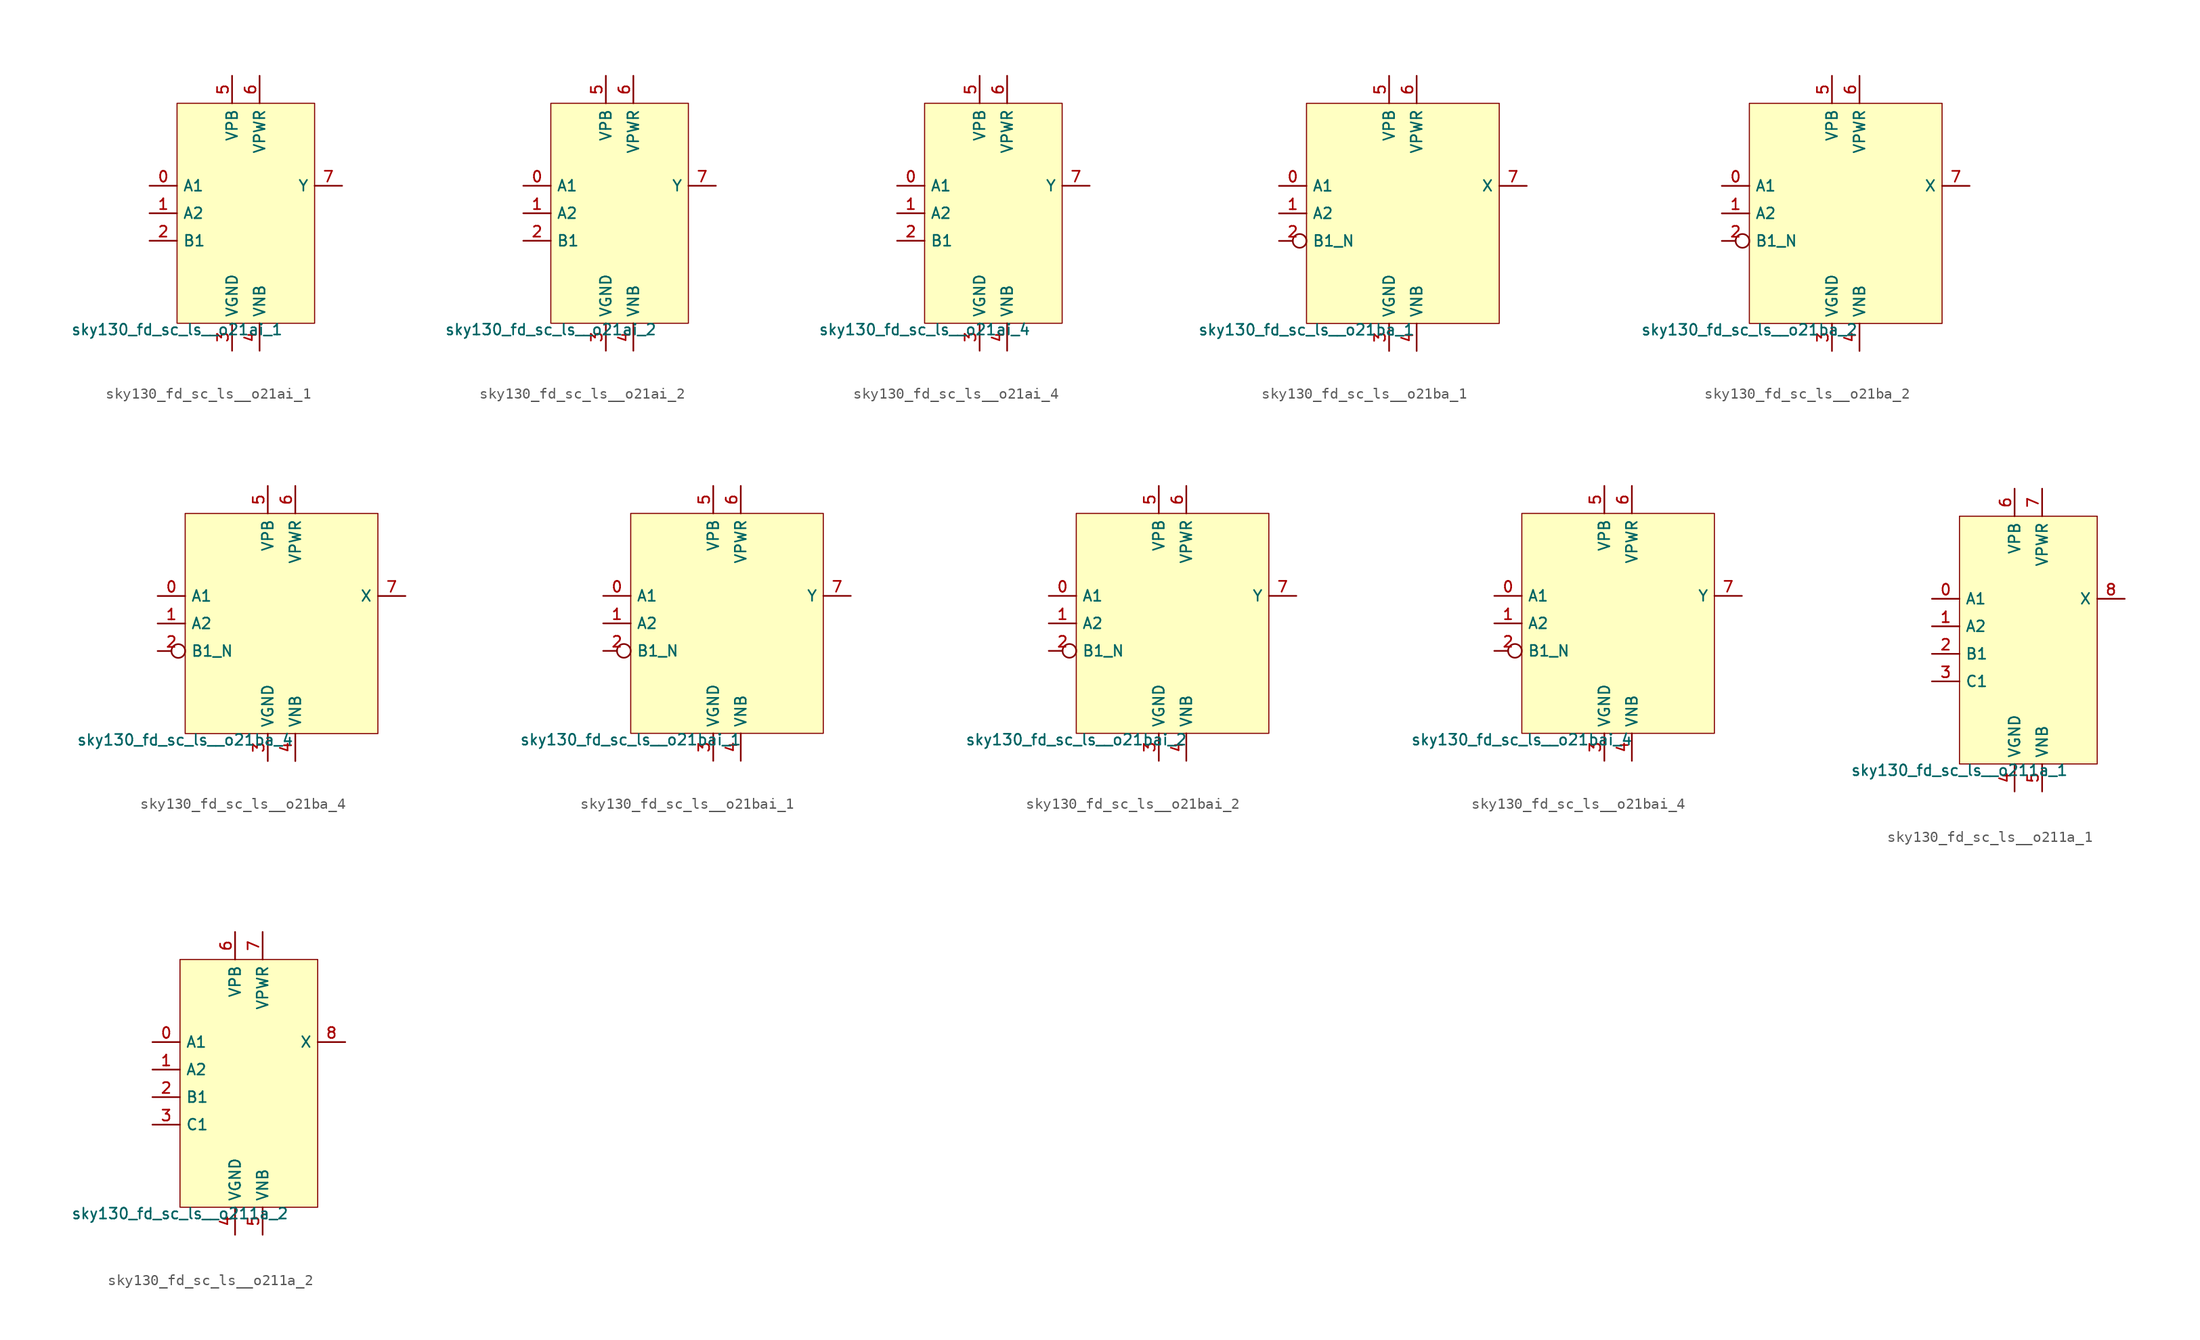
<source format=kicad_sym>
(kicad_symbol_lib
  (version 20211014)
  (generator lef2kicad_sym)
  (symbol "sky130_fd_sc_ls__o21ai_1"
    (property "Reference" "X"
      (at 0 0 0)
      (effects (font (size 1 1)) hide))
    (property "Value" "sky130_fd_sc_ls__o21ai_1"
      (at -6.35 -10.16 0)
      (effects (font (size 1 1)) (justify top)))
    (rectangle
      (start -6.35 -10.16)
      (end 6.35 10.16)
      (stroke (width 0.1) (type solid) (color 0 0 0 0))
      (fill (type background)))
    (pin input line
      (at -8.89 2.54 0)
      (length 2.54)
      (name "A1" (effects (font (size 1 1)) hide))
      (number "0" (effects (font (size 1 1)) hide)))
    (pin input line
      (at -8.89 0.0 0)
      (length 2.54)
      (name "A2" (effects (font (size 1 1)) hide))
      (number "1" (effects (font (size 1 1)) hide)))
    (pin input line
      (at -8.89 -2.54 0)
      (length 2.54)
      (name "B1" (effects (font (size 1 1)) hide))
      (number "2" (effects (font (size 1 1)) hide)))
    (pin power_in line
      (at -1.27 -12.7 90)
      (length 2.54)
      (name "VGND" (effects (font (size 1 1)) hide))
      (number "3" (effects (font (size 1 1)) hide)))
    (pin power_in line
      (at 1.27 -12.7 90)
      (length 2.54)
      (name "VNB" (effects (font (size 1 1)) hide))
      (number "4" (effects (font (size 1 1)) hide)))
    (pin power_in line
      (at -1.27 12.7 270)
      (length 2.54)
      (name "VPB" (effects (font (size 1 1)) hide))
      (number "5" (effects (font (size 1 1)) hide)))
    (pin power_in line
      (at 1.27 12.7 270)
      (length 2.54)
      (name "VPWR" (effects (font (size 1 1)) hide))
      (number "6" (effects (font (size 1 1)) hide)))
    (pin output line
      (at 8.89 2.54 180)
      (length 2.54)
      (name "Y" (effects (font (size 1 1)) hide))
      (number "7" (effects (font (size 1 1)) hide))))
  (symbol "sky130_fd_sc_ls__o21ai_2"
    (property "Reference" "X"
      (at 0 0 0)
      (effects (font (size 1 1)) hide))
    (property "Value" "sky130_fd_sc_ls__o21ai_2"
      (at -6.35 -10.16 0)
      (effects (font (size 1 1)) (justify top)))
    (rectangle
      (start -6.35 -10.16)
      (end 6.35 10.16)
      (stroke (width 0.1) (type solid) (color 0 0 0 0))
      (fill (type background)))
    (pin input line
      (at -8.89 2.54 0)
      (length 2.54)
      (name "A1" (effects (font (size 1 1)) hide))
      (number "0" (effects (font (size 1 1)) hide)))
    (pin input line
      (at -8.89 0.0 0)
      (length 2.54)
      (name "A2" (effects (font (size 1 1)) hide))
      (number "1" (effects (font (size 1 1)) hide)))
    (pin input line
      (at -8.89 -2.54 0)
      (length 2.54)
      (name "B1" (effects (font (size 1 1)) hide))
      (number "2" (effects (font (size 1 1)) hide)))
    (pin power_in line
      (at -1.27 -12.7 90)
      (length 2.54)
      (name "VGND" (effects (font (size 1 1)) hide))
      (number "3" (effects (font (size 1 1)) hide)))
    (pin power_in line
      (at 1.27 -12.7 90)
      (length 2.54)
      (name "VNB" (effects (font (size 1 1)) hide))
      (number "4" (effects (font (size 1 1)) hide)))
    (pin power_in line
      (at -1.27 12.7 270)
      (length 2.54)
      (name "VPB" (effects (font (size 1 1)) hide))
      (number "5" (effects (font (size 1 1)) hide)))
    (pin power_in line
      (at 1.27 12.7 270)
      (length 2.54)
      (name "VPWR" (effects (font (size 1 1)) hide))
      (number "6" (effects (font (size 1 1)) hide)))
    (pin output line
      (at 8.89 2.54 180)
      (length 2.54)
      (name "Y" (effects (font (size 1 1)) hide))
      (number "7" (effects (font (size 1 1)) hide))))
  (symbol "sky130_fd_sc_ls__o21ai_4"
    (property "Reference" "X"
      (at 0 0 0)
      (effects (font (size 1 1)) hide))
    (property "Value" "sky130_fd_sc_ls__o21ai_4"
      (at -6.35 -10.16 0)
      (effects (font (size 1 1)) (justify top)))
    (rectangle
      (start -6.35 -10.16)
      (end 6.35 10.16)
      (stroke (width 0.1) (type solid) (color 0 0 0 0))
      (fill (type background)))
    (pin input line
      (at -8.89 2.54 0)
      (length 2.54)
      (name "A1" (effects (font (size 1 1)) hide))
      (number "0" (effects (font (size 1 1)) hide)))
    (pin input line
      (at -8.89 0.0 0)
      (length 2.54)
      (name "A2" (effects (font (size 1 1)) hide))
      (number "1" (effects (font (size 1 1)) hide)))
    (pin input line
      (at -8.89 -2.54 0)
      (length 2.54)
      (name "B1" (effects (font (size 1 1)) hide))
      (number "2" (effects (font (size 1 1)) hide)))
    (pin power_in line
      (at -1.27 -12.7 90)
      (length 2.54)
      (name "VGND" (effects (font (size 1 1)) hide))
      (number "3" (effects (font (size 1 1)) hide)))
    (pin power_in line
      (at 1.27 -12.7 90)
      (length 2.54)
      (name "VNB" (effects (font (size 1 1)) hide))
      (number "4" (effects (font (size 1 1)) hide)))
    (pin power_in line
      (at -1.27 12.7 270)
      (length 2.54)
      (name "VPB" (effects (font (size 1 1)) hide))
      (number "5" (effects (font (size 1 1)) hide)))
    (pin power_in line
      (at 1.27 12.7 270)
      (length 2.54)
      (name "VPWR" (effects (font (size 1 1)) hide))
      (number "6" (effects (font (size 1 1)) hide)))
    (pin output line
      (at 8.89 2.54 180)
      (length 2.54)
      (name "Y" (effects (font (size 1 1)) hide))
      (number "7" (effects (font (size 1 1)) hide))))
  (symbol "sky130_fd_sc_ls__o21ba_1"
    (property "Reference" "X"
      (at 0 0 0)
      (effects (font (size 1 1)) hide))
    (property "Value" "sky130_fd_sc_ls__o21ba_1"
      (at -8.89 -10.16 0)
      (effects (font (size 1 1)) (justify top)))
    (rectangle
      (start -8.89 -10.16)
      (end 8.89 10.16)
      (stroke (width 0.1) (type solid) (color 0 0 0 0))
      (fill (type background)))
    (pin input line
      (at -11.43 2.54 0)
      (length 2.54)
      (name "A1" (effects (font (size 1 1)) hide))
      (number "0" (effects (font (size 1 1)) hide)))
    (pin input line
      (at -11.43 0.0 0)
      (length 2.54)
      (name "A2" (effects (font (size 1 1)) hide))
      (number "1" (effects (font (size 1 1)) hide)))
    (pin input inverted
      (at -11.43 -2.54 0)
      (length 2.54)
      (name "B1_N" (effects (font (size 1 1)) hide))
      (number "2" (effects (font (size 1 1)) hide)))
    (pin power_in line
      (at -1.27 -12.7 90)
      (length 2.54)
      (name "VGND" (effects (font (size 1 1)) hide))
      (number "3" (effects (font (size 1 1)) hide)))
    (pin power_in line
      (at 1.27 -12.7 90)
      (length 2.54)
      (name "VNB" (effects (font (size 1 1)) hide))
      (number "4" (effects (font (size 1 1)) hide)))
    (pin power_in line
      (at -1.27 12.7 270)
      (length 2.54)
      (name "VPB" (effects (font (size 1 1)) hide))
      (number "5" (effects (font (size 1 1)) hide)))
    (pin power_in line
      (at 1.27 12.7 270)
      (length 2.54)
      (name "VPWR" (effects (font (size 1 1)) hide))
      (number "6" (effects (font (size 1 1)) hide)))
    (pin output line
      (at 11.43 2.54 180)
      (length 2.54)
      (name "X" (effects (font (size 1 1)) hide))
      (number "7" (effects (font (size 1 1)) hide))))
  (symbol "sky130_fd_sc_ls__o21ba_2"
    (property "Reference" "X"
      (at 0 0 0)
      (effects (font (size 1 1)) hide))
    (property "Value" "sky130_fd_sc_ls__o21ba_2"
      (at -8.89 -10.16 0)
      (effects (font (size 1 1)) (justify top)))
    (rectangle
      (start -8.89 -10.16)
      (end 8.89 10.16)
      (stroke (width 0.1) (type solid) (color 0 0 0 0))
      (fill (type background)))
    (pin input line
      (at -11.43 2.54 0)
      (length 2.54)
      (name "A1" (effects (font (size 1 1)) hide))
      (number "0" (effects (font (size 1 1)) hide)))
    (pin input line
      (at -11.43 0.0 0)
      (length 2.54)
      (name "A2" (effects (font (size 1 1)) hide))
      (number "1" (effects (font (size 1 1)) hide)))
    (pin input inverted
      (at -11.43 -2.54 0)
      (length 2.54)
      (name "B1_N" (effects (font (size 1 1)) hide))
      (number "2" (effects (font (size 1 1)) hide)))
    (pin power_in line
      (at -1.27 -12.7 90)
      (length 2.54)
      (name "VGND" (effects (font (size 1 1)) hide))
      (number "3" (effects (font (size 1 1)) hide)))
    (pin power_in line
      (at 1.27 -12.7 90)
      (length 2.54)
      (name "VNB" (effects (font (size 1 1)) hide))
      (number "4" (effects (font (size 1 1)) hide)))
    (pin power_in line
      (at -1.27 12.7 270)
      (length 2.54)
      (name "VPB" (effects (font (size 1 1)) hide))
      (number "5" (effects (font (size 1 1)) hide)))
    (pin power_in line
      (at 1.27 12.7 270)
      (length 2.54)
      (name "VPWR" (effects (font (size 1 1)) hide))
      (number "6" (effects (font (size 1 1)) hide)))
    (pin output line
      (at 11.43 2.54 180)
      (length 2.54)
      (name "X" (effects (font (size 1 1)) hide))
      (number "7" (effects (font (size 1 1)) hide))))
  (symbol "sky130_fd_sc_ls__o21ba_4"
    (property "Reference" "X"
      (at 0 0 0)
      (effects (font (size 1 1)) hide))
    (property "Value" "sky130_fd_sc_ls__o21ba_4"
      (at -8.89 -10.16 0)
      (effects (font (size 1 1)) (justify top)))
    (rectangle
      (start -8.89 -10.16)
      (end 8.89 10.16)
      (stroke (width 0.1) (type solid) (color 0 0 0 0))
      (fill (type background)))
    (pin input line
      (at -11.43 2.54 0)
      (length 2.54)
      (name "A1" (effects (font (size 1 1)) hide))
      (number "0" (effects (font (size 1 1)) hide)))
    (pin input line
      (at -11.43 0.0 0)
      (length 2.54)
      (name "A2" (effects (font (size 1 1)) hide))
      (number "1" (effects (font (size 1 1)) hide)))
    (pin input inverted
      (at -11.43 -2.54 0)
      (length 2.54)
      (name "B1_N" (effects (font (size 1 1)) hide))
      (number "2" (effects (font (size 1 1)) hide)))
    (pin power_in line
      (at -1.27 -12.7 90)
      (length 2.54)
      (name "VGND" (effects (font (size 1 1)) hide))
      (number "3" (effects (font (size 1 1)) hide)))
    (pin power_in line
      (at 1.27 -12.7 90)
      (length 2.54)
      (name "VNB" (effects (font (size 1 1)) hide))
      (number "4" (effects (font (size 1 1)) hide)))
    (pin power_in line
      (at -1.27 12.7 270)
      (length 2.54)
      (name "VPB" (effects (font (size 1 1)) hide))
      (number "5" (effects (font (size 1 1)) hide)))
    (pin power_in line
      (at 1.27 12.7 270)
      (length 2.54)
      (name "VPWR" (effects (font (size 1 1)) hide))
      (number "6" (effects (font (size 1 1)) hide)))
    (pin output line
      (at 11.43 2.54 180)
      (length 2.54)
      (name "X" (effects (font (size 1 1)) hide))
      (number "7" (effects (font (size 1 1)) hide))))
  (symbol "sky130_fd_sc_ls__o21bai_1"
    (property "Reference" "X"
      (at 0 0 0)
      (effects (font (size 1 1)) hide))
    (property "Value" "sky130_fd_sc_ls__o21bai_1"
      (at -8.89 -10.16 0)
      (effects (font (size 1 1)) (justify top)))
    (rectangle
      (start -8.89 -10.16)
      (end 8.89 10.16)
      (stroke (width 0.1) (type solid) (color 0 0 0 0))
      (fill (type background)))
    (pin input line
      (at -11.43 2.54 0)
      (length 2.54)
      (name "A1" (effects (font (size 1 1)) hide))
      (number "0" (effects (font (size 1 1)) hide)))
    (pin input line
      (at -11.43 0.0 0)
      (length 2.54)
      (name "A2" (effects (font (size 1 1)) hide))
      (number "1" (effects (font (size 1 1)) hide)))
    (pin input inverted
      (at -11.43 -2.54 0)
      (length 2.54)
      (name "B1_N" (effects (font (size 1 1)) hide))
      (number "2" (effects (font (size 1 1)) hide)))
    (pin power_in line
      (at -1.27 -12.7 90)
      (length 2.54)
      (name "VGND" (effects (font (size 1 1)) hide))
      (number "3" (effects (font (size 1 1)) hide)))
    (pin power_in line
      (at 1.27 -12.7 90)
      (length 2.54)
      (name "VNB" (effects (font (size 1 1)) hide))
      (number "4" (effects (font (size 1 1)) hide)))
    (pin power_in line
      (at -1.27 12.7 270)
      (length 2.54)
      (name "VPB" (effects (font (size 1 1)) hide))
      (number "5" (effects (font (size 1 1)) hide)))
    (pin power_in line
      (at 1.27 12.7 270)
      (length 2.54)
      (name "VPWR" (effects (font (size 1 1)) hide))
      (number "6" (effects (font (size 1 1)) hide)))
    (pin output line
      (at 11.43 2.54 180)
      (length 2.54)
      (name "Y" (effects (font (size 1 1)) hide))
      (number "7" (effects (font (size 1 1)) hide))))
  (symbol "sky130_fd_sc_ls__o21bai_2"
    (property "Reference" "X"
      (at 0 0 0)
      (effects (font (size 1 1)) hide))
    (property "Value" "sky130_fd_sc_ls__o21bai_2"
      (at -8.89 -10.16 0)
      (effects (font (size 1 1)) (justify top)))
    (rectangle
      (start -8.89 -10.16)
      (end 8.89 10.16)
      (stroke (width 0.1) (type solid) (color 0 0 0 0))
      (fill (type background)))
    (pin input line
      (at -11.43 2.54 0)
      (length 2.54)
      (name "A1" (effects (font (size 1 1)) hide))
      (number "0" (effects (font (size 1 1)) hide)))
    (pin input line
      (at -11.43 0.0 0)
      (length 2.54)
      (name "A2" (effects (font (size 1 1)) hide))
      (number "1" (effects (font (size 1 1)) hide)))
    (pin input inverted
      (at -11.43 -2.54 0)
      (length 2.54)
      (name "B1_N" (effects (font (size 1 1)) hide))
      (number "2" (effects (font (size 1 1)) hide)))
    (pin power_in line
      (at -1.27 -12.7 90)
      (length 2.54)
      (name "VGND" (effects (font (size 1 1)) hide))
      (number "3" (effects (font (size 1 1)) hide)))
    (pin power_in line
      (at 1.27 -12.7 90)
      (length 2.54)
      (name "VNB" (effects (font (size 1 1)) hide))
      (number "4" (effects (font (size 1 1)) hide)))
    (pin power_in line
      (at -1.27 12.7 270)
      (length 2.54)
      (name "VPB" (effects (font (size 1 1)) hide))
      (number "5" (effects (font (size 1 1)) hide)))
    (pin power_in line
      (at 1.27 12.7 270)
      (length 2.54)
      (name "VPWR" (effects (font (size 1 1)) hide))
      (number "6" (effects (font (size 1 1)) hide)))
    (pin output line
      (at 11.43 2.54 180)
      (length 2.54)
      (name "Y" (effects (font (size 1 1)) hide))
      (number "7" (effects (font (size 1 1)) hide))))
  (symbol "sky130_fd_sc_ls__o21bai_4"
    (property "Reference" "X"
      (at 0 0 0)
      (effects (font (size 1 1)) hide))
    (property "Value" "sky130_fd_sc_ls__o21bai_4"
      (at -8.89 -10.16 0)
      (effects (font (size 1 1)) (justify top)))
    (rectangle
      (start -8.89 -10.16)
      (end 8.89 10.16)
      (stroke (width 0.1) (type solid) (color 0 0 0 0))
      (fill (type background)))
    (pin input line
      (at -11.43 2.54 0)
      (length 2.54)
      (name "A1" (effects (font (size 1 1)) hide))
      (number "0" (effects (font (size 1 1)) hide)))
    (pin input line
      (at -11.43 0.0 0)
      (length 2.54)
      (name "A2" (effects (font (size 1 1)) hide))
      (number "1" (effects (font (size 1 1)) hide)))
    (pin input inverted
      (at -11.43 -2.54 0)
      (length 2.54)
      (name "B1_N" (effects (font (size 1 1)) hide))
      (number "2" (effects (font (size 1 1)) hide)))
    (pin power_in line
      (at -1.27 -12.7 90)
      (length 2.54)
      (name "VGND" (effects (font (size 1 1)) hide))
      (number "3" (effects (font (size 1 1)) hide)))
    (pin power_in line
      (at 1.27 -12.7 90)
      (length 2.54)
      (name "VNB" (effects (font (size 1 1)) hide))
      (number "4" (effects (font (size 1 1)) hide)))
    (pin power_in line
      (at -1.27 12.7 270)
      (length 2.54)
      (name "VPB" (effects (font (size 1 1)) hide))
      (number "5" (effects (font (size 1 1)) hide)))
    (pin power_in line
      (at 1.27 12.7 270)
      (length 2.54)
      (name "VPWR" (effects (font (size 1 1)) hide))
      (number "6" (effects (font (size 1 1)) hide)))
    (pin output line
      (at 11.43 2.54 180)
      (length 2.54)
      (name "Y" (effects (font (size 1 1)) hide))
      (number "7" (effects (font (size 1 1)) hide))))
  (symbol "sky130_fd_sc_ls__o211a_1"
    (property "Reference" "X"
      (at 0 0 0)
      (effects (font (size 1 1)) hide))
    (property "Value" "sky130_fd_sc_ls__o211a_1"
      (at -6.35 -11.43 0)
      (effects (font (size 1 1)) (justify top)))
    (rectangle
      (start -6.35 -11.43)
      (end 6.35 11.43)
      (stroke (width 0.1) (type solid) (color 0 0 0 0))
      (fill (type background)))
    (pin input line
      (at -8.89 3.81 0)
      (length 2.54)
      (name "A1" (effects (font (size 1 1)) hide))
      (number "0" (effects (font (size 1 1)) hide)))
    (pin input line
      (at -8.89 1.27 0)
      (length 2.54)
      (name "A2" (effects (font (size 1 1)) hide))
      (number "1" (effects (font (size 1 1)) hide)))
    (pin input line
      (at -8.89 -1.27 0)
      (length 2.54)
      (name "B1" (effects (font (size 1 1)) hide))
      (number "2" (effects (font (size 1 1)) hide)))
    (pin input line
      (at -8.89 -3.81 0)
      (length 2.54)
      (name "C1" (effects (font (size 1 1)) hide))
      (number "3" (effects (font (size 1 1)) hide)))
    (pin power_in line
      (at -1.27 -13.97 90)
      (length 2.54)
      (name "VGND" (effects (font (size 1 1)) hide))
      (number "4" (effects (font (size 1 1)) hide)))
    (pin power_in line
      (at 1.27 -13.97 90)
      (length 2.54)
      (name "VNB" (effects (font (size 1 1)) hide))
      (number "5" (effects (font (size 1 1)) hide)))
    (pin power_in line
      (at -1.27 13.97 270)
      (length 2.54)
      (name "VPB" (effects (font (size 1 1)) hide))
      (number "6" (effects (font (size 1 1)) hide)))
    (pin power_in line
      (at 1.27 13.97 270)
      (length 2.54)
      (name "VPWR" (effects (font (size 1 1)) hide))
      (number "7" (effects (font (size 1 1)) hide)))
    (pin output line
      (at 8.89 3.81 180)
      (length 2.54)
      (name "X" (effects (font (size 1 1)) hide))
      (number "8" (effects (font (size 1 1)) hide))))
  (symbol "sky130_fd_sc_ls__o211a_2"
    (property "Reference" "X"
      (at 0 0 0)
      (effects (font (size 1 1)) hide))
    (property "Value" "sky130_fd_sc_ls__o211a_2"
      (at -6.35 -11.43 0)
      (effects (font (size 1 1)) (justify top)))
    (rectangle
      (start -6.35 -11.43)
      (end 6.35 11.43)
      (stroke (width 0.1) (type solid) (color 0 0 0 0))
      (fill (type background)))
    (pin input line
      (at -8.89 3.81 0)
      (length 2.54)
      (name "A1" (effects (font (size 1 1)) hide))
      (number "0" (effects (font (size 1 1)) hide)))
    (pin input line
      (at -8.89 1.27 0)
      (length 2.54)
      (name "A2" (effects (font (size 1 1)) hide))
      (number "1" (effects (font (size 1 1)) hide)))
    (pin input line
      (at -8.89 -1.27 0)
      (length 2.54)
      (name "B1" (effects (font (size 1 1)) hide))
      (number "2" (effects (font (size 1 1)) hide)))
    (pin input line
      (at -8.89 -3.81 0)
      (length 2.54)
      (name "C1" (effects (font (size 1 1)) hide))
      (number "3" (effects (font (size 1 1)) hide)))
    (pin power_in line
      (at -1.27 -13.97 90)
      (length 2.54)
      (name "VGND" (effects (font (size 1 1)) hide))
      (number "4" (effects (font (size 1 1)) hide)))
    (pin power_in line
      (at 1.27 -13.97 90)
      (length 2.54)
      (name "VNB" (effects (font (size 1 1)) hide))
      (number "5" (effects (font (size 1 1)) hide)))
    (pin power_in line
      (at -1.27 13.97 270)
      (length 2.54)
      (name "VPB" (effects (font (size 1 1)) hide))
      (number "6" (effects (font (size 1 1)) hide)))
    (pin power_in line
      (at 1.27 13.97 270)
      (length 2.54)
      (name "VPWR" (effects (font (size 1 1)) hide))
      (number "7" (effects (font (size 1 1)) hide)))
    (pin output line
      (at 8.89 3.81 180)
      (length 2.54)
      (name "X" (effects (font (size 1 1)) hide))
      (number "8" (effects (font (size 1 1)) hide)))))
</source>
